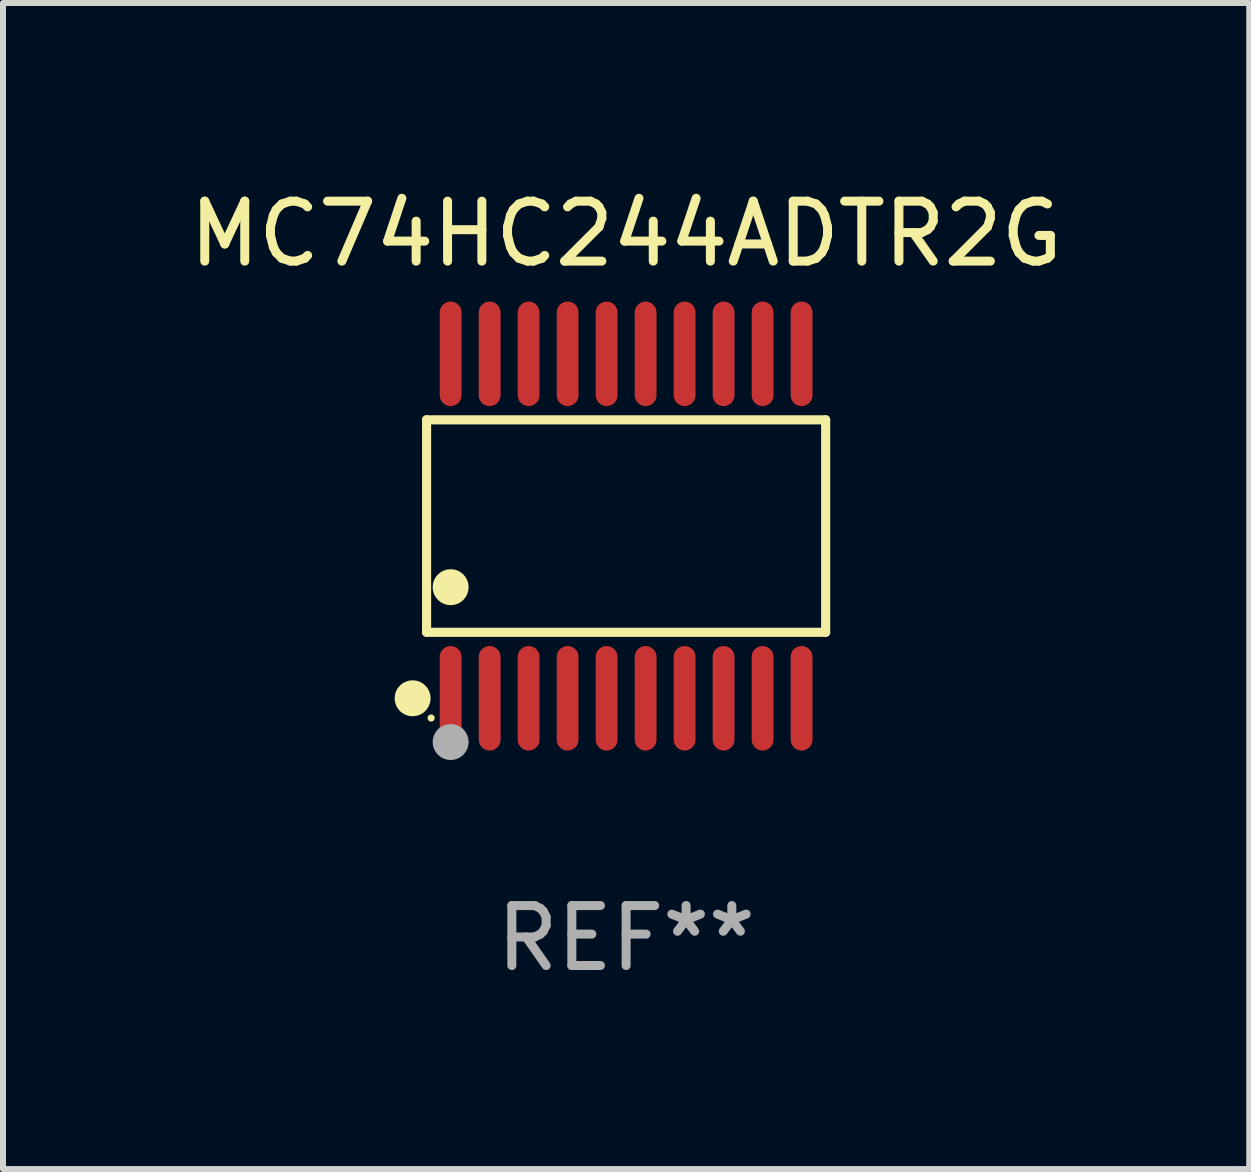
<source format=kicad_pcb>
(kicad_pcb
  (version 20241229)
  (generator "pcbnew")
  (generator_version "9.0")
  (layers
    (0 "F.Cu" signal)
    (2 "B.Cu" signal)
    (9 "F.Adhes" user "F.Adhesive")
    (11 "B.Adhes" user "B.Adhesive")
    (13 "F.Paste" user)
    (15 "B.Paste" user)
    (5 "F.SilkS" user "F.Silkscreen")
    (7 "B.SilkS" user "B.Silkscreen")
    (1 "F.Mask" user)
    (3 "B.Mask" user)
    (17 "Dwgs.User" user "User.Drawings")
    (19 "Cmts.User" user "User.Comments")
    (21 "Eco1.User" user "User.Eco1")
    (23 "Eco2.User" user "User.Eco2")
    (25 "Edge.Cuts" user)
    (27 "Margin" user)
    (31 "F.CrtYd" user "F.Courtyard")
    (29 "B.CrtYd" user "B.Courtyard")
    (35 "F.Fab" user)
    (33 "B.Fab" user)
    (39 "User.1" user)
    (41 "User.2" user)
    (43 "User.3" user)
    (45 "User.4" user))
  (footprint "MC74HC244ADTR2G"
    (layer "F.Cu")
    (at 7.387 5.719)
    (property "Reference" "MC74HC244ADTR2G" (at 0 -4.871 0) (layer "F.SilkS") (effects (font (size 1 1) (thickness 0.15))))
    (attr through_hole)
    (fp_line (start -3.326 -1.771) (end 3.326 -1.771) (stroke (width 0.152) (type solid)) (layer "F.SilkS"))
    (fp_line (start -3.326 1.771) (end -3.326 -1.771) (stroke (width 0.152) (type solid)) (layer "F.SilkS"))
    (fp_line (start 3.326 -1.771) (end 3.326 1.771) (stroke (width 0.152) (type solid)) (layer "F.SilkS"))
    (fp_line (start 3.326 1.771) (end -3.326 1.771) (stroke (width 0.152) (type solid)) (layer "F.SilkS"))
    (fp_circle (center -3.559 2.871) (end -3.409 2.871) (stroke (width 0.3) (type solid)) (fill no) (layer "F.SilkS"))
    (fp_circle (center -3.25 3.2) (end -3.22 3.2) (stroke (width 0.06) (type solid)) (fill no) (layer "F.SilkS"))
    (fp_circle (center -2.925 1.019) (end -2.775 1.019) (stroke (width 0.3) (type solid)) (fill no) (layer "F.SilkS"))
    (fp_circle (center -2.925 3.6) (end -2.775 3.6) (stroke (width 0.3) (type solid)) (fill no) (layer "F.Fab"))
    (fp_text user "REF**" (at 0 6.871 0) (layer "F.Fab") (effects (font (size 1 1) (thickness 0.15))))
    (pad "1" smd oval (at -2.925 2.871) (size 0.364 1.742) (layers "F.Cu" "F.Mask" "F.Paste"))
    (pad "2" smd oval (at -2.275 2.871) (size 0.364 1.742) (layers "F.Cu" "F.Mask" "F.Paste"))
    (pad "3" smd oval (at -1.625 2.871) (size 0.364 1.742) (layers "F.Cu" "F.Mask" "F.Paste"))
    (pad "4" smd oval (at -0.975 2.871) (size 0.364 1.742) (layers "F.Cu" "F.Mask" "F.Paste"))
    (pad "5" smd oval (at -0.325 2.871) (size 0.364 1.742) (layers "F.Cu" "F.Mask" "F.Paste"))
    (pad "6" smd oval (at 0.325 2.871) (size 0.364 1.742) (layers "F.Cu" "F.Mask" "F.Paste"))
    (pad "7" smd oval (at 0.975 2.871) (size 0.364 1.742) (layers "F.Cu" "F.Mask" "F.Paste"))
    (pad "8" smd oval (at 1.625 2.871) (size 0.364 1.742) (layers "F.Cu" "F.Mask" "F.Paste"))
    (pad "9" smd oval (at 2.275 2.871) (size 0.364 1.742) (layers "F.Cu" "F.Mask" "F.Paste"))
    (pad "10" smd oval (at 2.925 2.871) (size 0.364 1.742) (layers "F.Cu" "F.Mask" "F.Paste"))
    (pad "11" smd oval (at 2.925 -2.871) (size 0.364 1.742) (layers "F.Cu" "F.Mask" "F.Paste"))
    (pad "12" smd oval (at 2.275 -2.871) (size 0.364 1.742) (layers "F.Cu" "F.Mask" "F.Paste"))
    (pad "13" smd oval (at 1.625 -2.871) (size 0.364 1.742) (layers "F.Cu" "F.Mask" "F.Paste"))
    (pad "14" smd oval (at 0.975 -2.871) (size 0.364 1.742) (layers "F.Cu" "F.Mask" "F.Paste"))
    (pad "15" smd oval (at 0.325 -2.871) (size 0.364 1.742) (layers "F.Cu" "F.Mask" "F.Paste"))
    (pad "16" smd oval (at -0.325 -2.871) (size 0.364 1.742) (layers "F.Cu" "F.Mask" "F.Paste"))
    (pad "17" smd oval (at -0.975 -2.871) (size 0.364 1.742) (layers "F.Cu" "F.Mask" "F.Paste"))
    (pad "18" smd oval (at -1.625 -2.871) (size 0.364 1.742) (layers "F.Cu" "F.Mask" "F.Paste"))
    (pad "19" smd oval (at -2.275 -2.871) (size 0.364 1.742) (layers "F.Cu" "F.Mask" "F.Paste"))
    (pad "20" smd oval (at -2.925 -2.871) (size 0.364 1.742) (layers "F.Cu" "F.Mask" "F.Paste")))
  (gr_rect
    (start -3 -3)
    (end 17.774 16.438)
    (stroke (width 0.1) (type default))
    (fill no)
    (layer "Edge.Cuts")))
</source>
